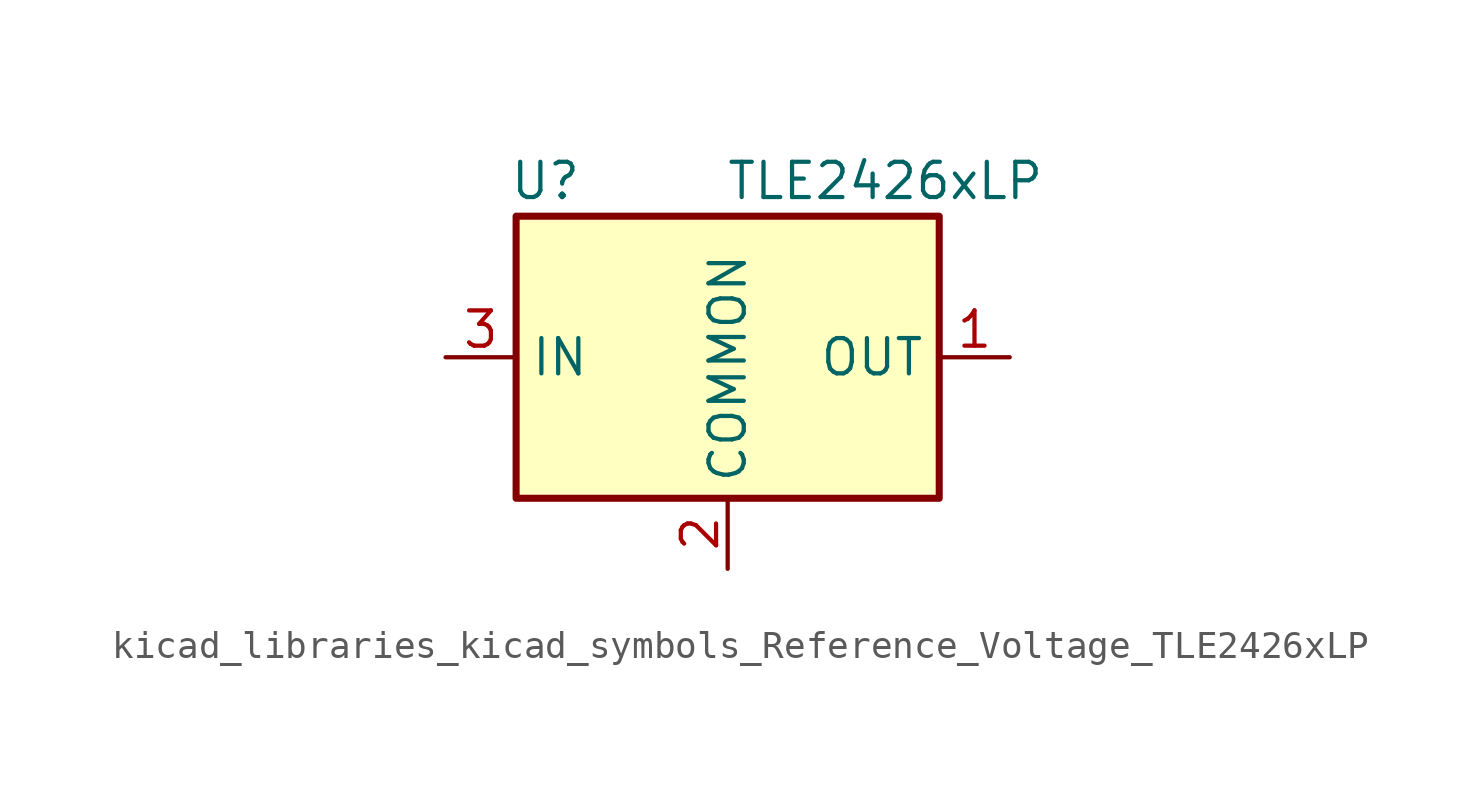
<source format=kicad_sym>
(kicad_symbol_lib
  (version 20220914)
  (generator kicad_symbol_editor)
  (symbol "kicad_libraries_kicad_symbols_Reference_Voltage_TLE2426xLP"
    (property "Reference" "U"
      (at -7.874 6.35 0)
      (effects (font (size 1.27 1.27)) (justify left)))
    (property "Value" "TLE2426xLP"
      (at 11.43 6.35 0)
      (effects (font (size 1.27 1.27)) (justify right)))
    (symbol "kicad_libraries_kicad_symbols_Reference_Voltage_TLE2426xLP_0_1"
      (rectangle (start -7.62 5.08) (end 7.62 -5.08) (stroke (width 0.254) (type default)) (fill (type background))))
    (symbol "kicad_libraries_kicad_symbols_Reference_Voltage_TLE2426xLP_1_1"
      (pin power_out line (at 10.16 0 180) (length 2.54) (name "OUT" (effects (font (size 1.27 1.27)))) (number "1" (effects (font (size 1.27 1.27)))))
      (pin power_in line (at 0 -7.62 90) (length 2.54) (name "COMMON" (effects (font (size 1.27 1.27)))) (number "2" (effects (font (size 1.27 1.27)))))
      (pin power_in line (at -10.16 0 0) (length 2.54) (name "IN" (effects (font (size 1.27 1.27)))) (number "3" (effects (font (size 1.27 1.27))))))))
</source>
